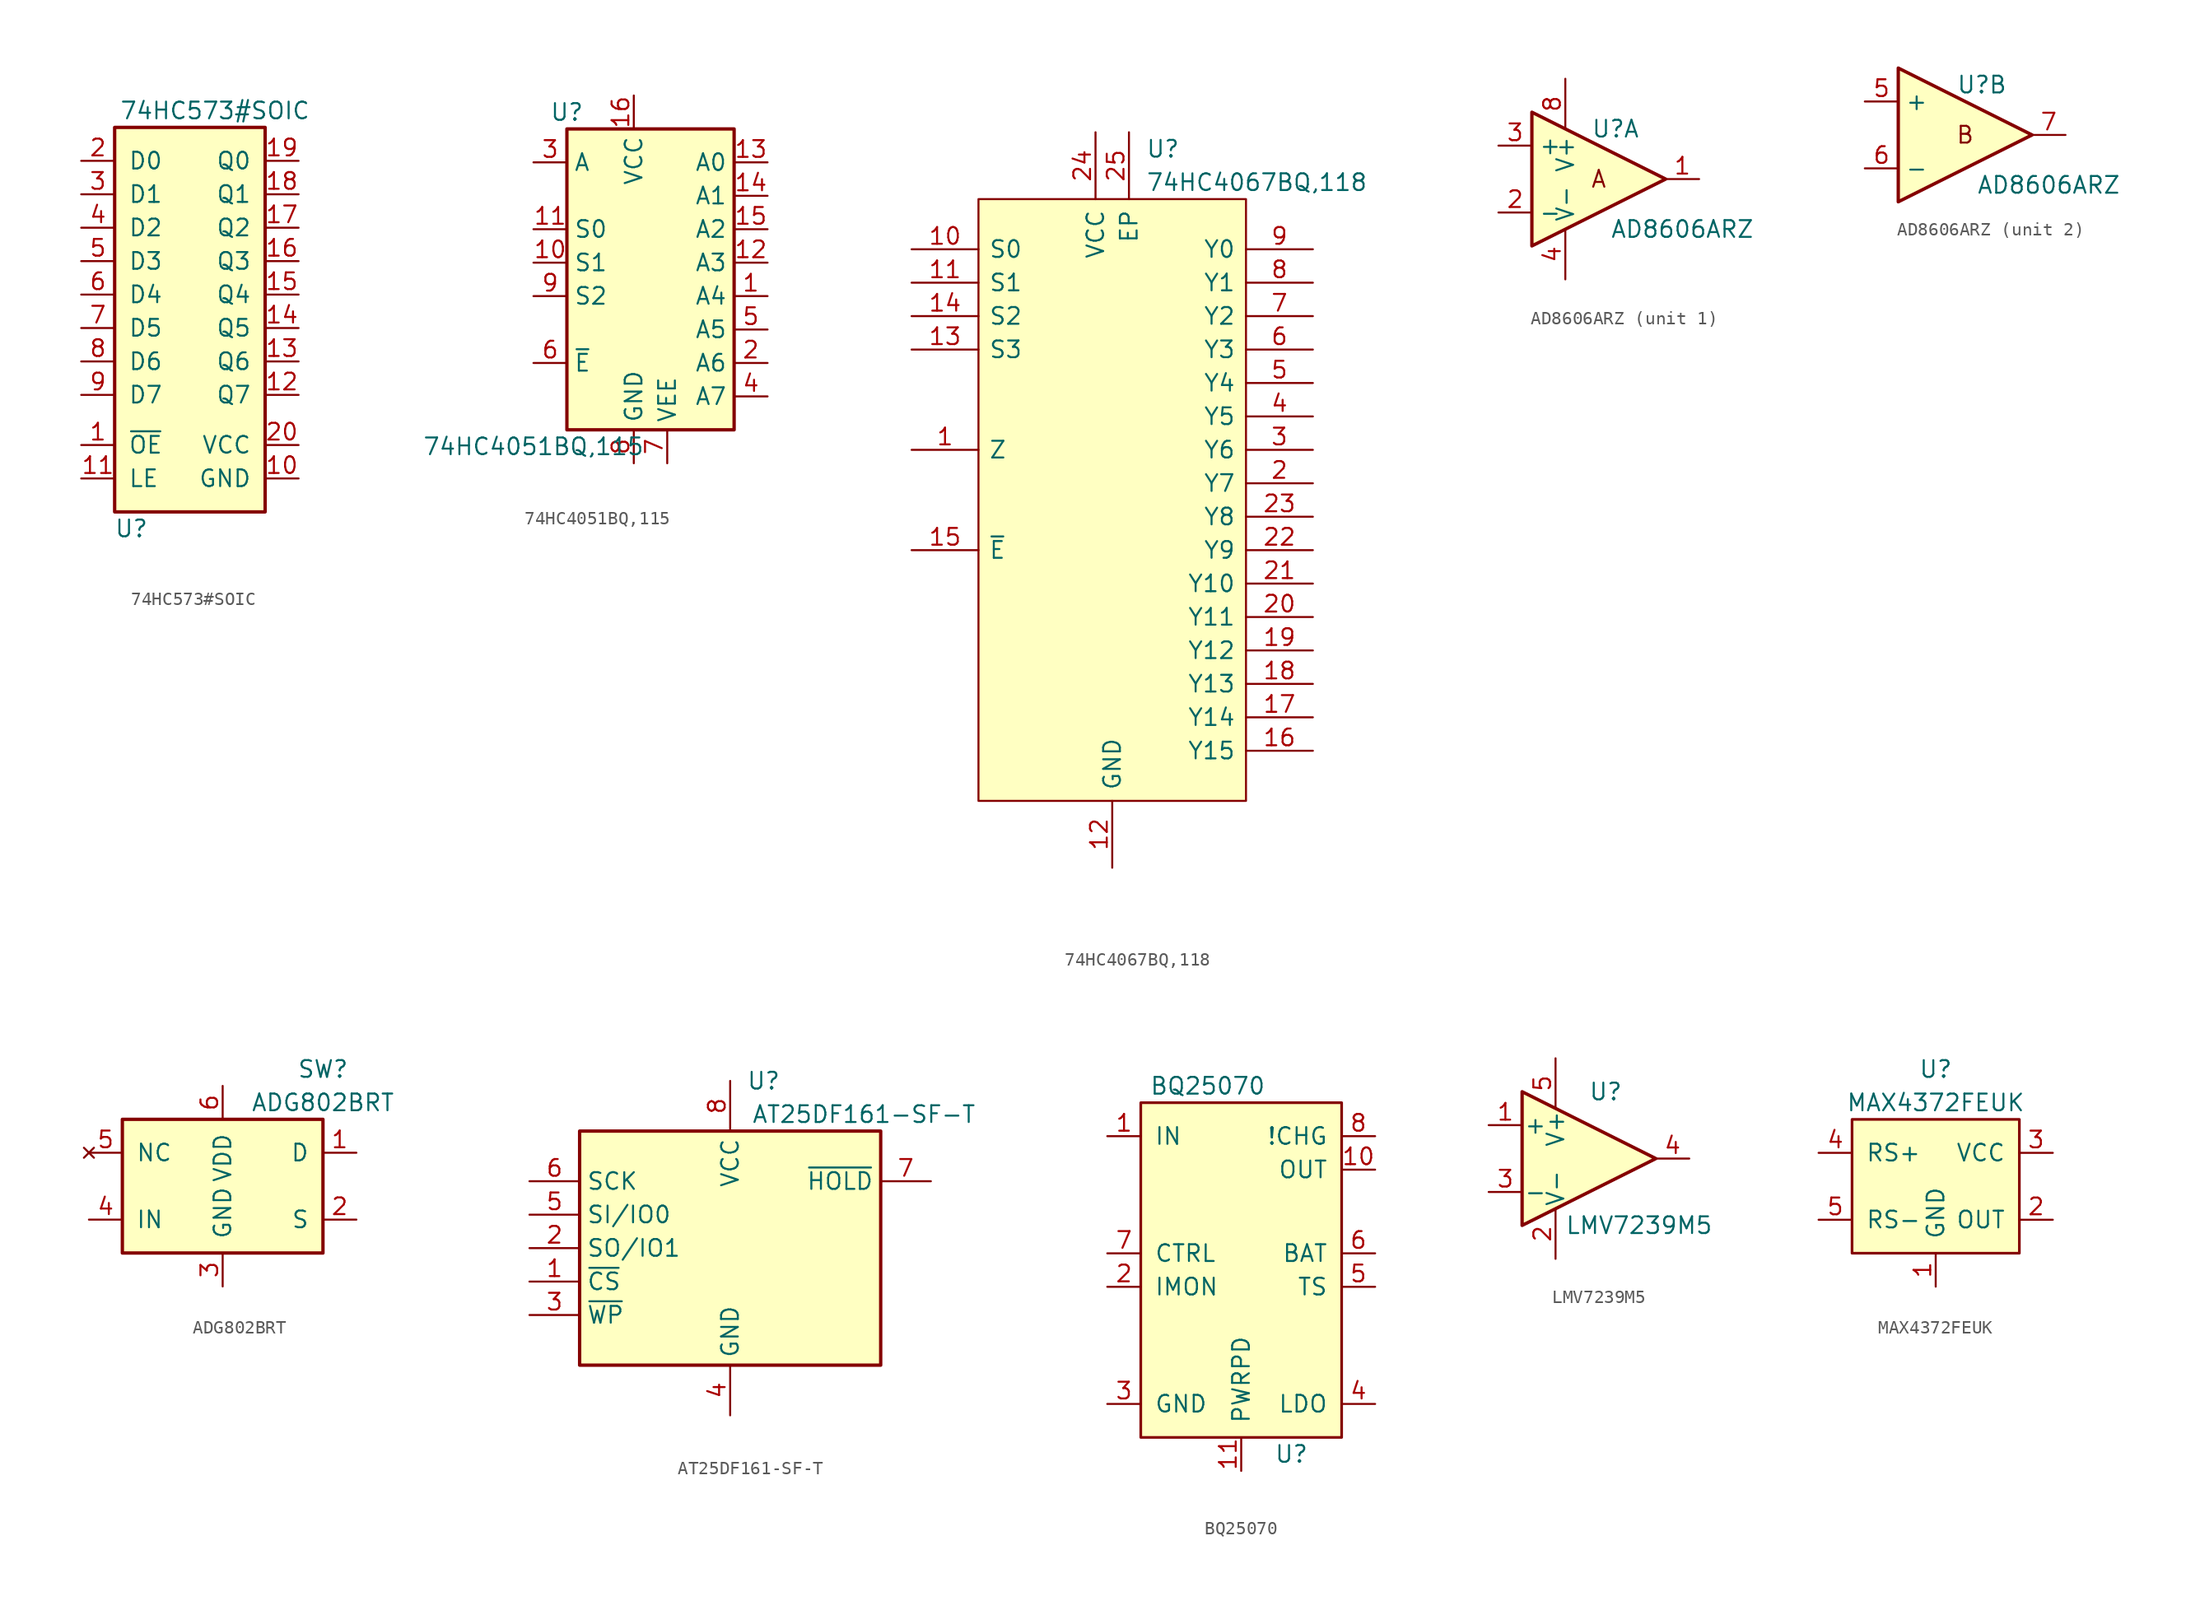
<source format=kicad_sym>
(kicad_symbol_lib
  (version 20211014)
  (generator kicad_symbol_editor)
  (symbol "74HC573#SOIC"
    (pin_names
      (offset 1.016))
    (property "Reference" "U"
      (at 1.27 -1.27 0)
      (effects (font (size 1.27 1.27))))
    (property "Value" "74HC573#SOIC"
      (at 7.62 30.48 0)
      (effects (font (size 1.27 1.27))))
    (symbol "74HC573#SOIC_0_1"
      (rectangle (start 0 0) (end 11.43 29.21) (stroke (width 0.254) (type default) (color 0 0 0 0)) (fill (type background))))
    (symbol "74HC573#SOIC_1_1"
      (pin input line (at -2.54 5.08 0) (length 2.54) (name "~{OE}" (effects (font (size 1.27 1.27)))) (number "1" (effects (font (size 1.27 1.27)))))
      (pin power_out line (at 13.97 2.54 180) (length 2.54) (name "GND" (effects (font (size 1.27 1.27)))) (number "10" (effects (font (size 1.27 1.27)))))
      (pin input line (at -2.54 2.54 0) (length 2.54) (name "LE" (effects (font (size 1.27 1.27)))) (number "11" (effects (font (size 1.27 1.27)))))
      (pin input line (at 13.97 8.89 180) (length 2.54) (name "Q7" (effects (font (size 1.27 1.27)))) (number "12" (effects (font (size 1.27 1.27)))))
      (pin input line (at 13.97 11.43 180) (length 2.54) (name "Q6" (effects (font (size 1.27 1.27)))) (number "13" (effects (font (size 1.27 1.27)))))
      (pin input line (at 13.97 13.97 180) (length 2.54) (name "Q5" (effects (font (size 1.27 1.27)))) (number "14" (effects (font (size 1.27 1.27)))))
      (pin input line (at 13.97 16.51 180) (length 2.54) (name "Q4" (effects (font (size 1.27 1.27)))) (number "15" (effects (font (size 1.27 1.27)))))
      (pin input line (at 13.97 19.05 180) (length 2.54) (name "Q3" (effects (font (size 1.27 1.27)))) (number "16" (effects (font (size 1.27 1.27)))))
      (pin input line (at 13.97 21.59 180) (length 2.54) (name "Q2" (effects (font (size 1.27 1.27)))) (number "17" (effects (font (size 1.27 1.27)))))
      (pin input line (at 13.97 24.13 180) (length 2.54) (name "Q1" (effects (font (size 1.27 1.27)))) (number "18" (effects (font (size 1.27 1.27)))))
      (pin input line (at 13.97 26.67 180) (length 2.54) (name "Q0" (effects (font (size 1.27 1.27)))) (number "19" (effects (font (size 1.27 1.27)))))
      (pin input line (at -2.54 26.67 0) (length 2.54) (name "D0" (effects (font (size 1.27 1.27)))) (number "2" (effects (font (size 1.27 1.27)))))
      (pin power_in line (at 13.97 5.08 180) (length 2.54) (name "VCC" (effects (font (size 1.27 1.27)))) (number "20" (effects (font (size 1.27 1.27)))))
      (pin input line (at -2.54 24.13 0) (length 2.54) (name "D1" (effects (font (size 1.27 1.27)))) (number "3" (effects (font (size 1.27 1.27)))))
      (pin input line (at -2.54 21.59 0) (length 2.54) (name "D2" (effects (font (size 1.27 1.27)))) (number "4" (effects (font (size 1.27 1.27)))))
      (pin input line (at -2.54 19.05 0) (length 2.54) (name "D3" (effects (font (size 1.27 1.27)))) (number "5" (effects (font (size 1.27 1.27)))))
      (pin input line (at -2.54 16.51 0) (length 2.54) (name "D4" (effects (font (size 1.27 1.27)))) (number "6" (effects (font (size 1.27 1.27)))))
      (pin input line (at -2.54 13.97 0) (length 2.54) (name "D5" (effects (font (size 1.27 1.27)))) (number "7" (effects (font (size 1.27 1.27)))))
      (pin input line (at -2.54 11.43 0) (length 2.54) (name "D6" (effects (font (size 1.27 1.27)))) (number "8" (effects (font (size 1.27 1.27)))))
      (pin input line (at -2.54 8.89 0) (length 2.54) (name "D7" (effects (font (size 1.27 1.27)))) (number "9" (effects (font (size 1.27 1.27)))))))
  (symbol "74HC4051BQ,115"
    (property "Reference" "U"
      (at -5.08 11.43 0)
      (effects (font (size 1.27 1.27))))
    (property "Value" "74HC4051BQ,115"
      (at -7.62 -13.97 0)
      (effects (font (size 1.27 1.27))))
    (symbol "74HC4051BQ,115_0_1"
      (rectangle (start -5.08 10.16) (end 7.62 -12.7) (stroke (width 0.254) (type default) (color 0 0 0 0)) (fill (type background))))
    (symbol "74HC4051BQ,115_1_1"
      (pin passive line (at 10.16 -2.54 180) (length 2.54) (name "A4" (effects (font (size 1.27 1.27)))) (number "1" (effects (font (size 1.27 1.27)))))
      (pin input line (at -7.62 0 0) (length 2.54) (name "S1" (effects (font (size 1.27 1.27)))) (number "10" (effects (font (size 1.27 1.27)))))
      (pin input line (at -7.62 2.54 0) (length 2.54) (name "S0" (effects (font (size 1.27 1.27)))) (number "11" (effects (font (size 1.27 1.27)))))
      (pin passive line (at 10.16 0 180) (length 2.54) (name "A3" (effects (font (size 1.27 1.27)))) (number "12" (effects (font (size 1.27 1.27)))))
      (pin passive line (at 10.16 7.62 180) (length 2.54) (name "A0" (effects (font (size 1.27 1.27)))) (number "13" (effects (font (size 1.27 1.27)))))
      (pin passive line (at 10.16 5.08 180) (length 2.54) (name "A1" (effects (font (size 1.27 1.27)))) (number "14" (effects (font (size 1.27 1.27)))))
      (pin passive line (at 10.16 2.54 180) (length 2.54) (name "A2" (effects (font (size 1.27 1.27)))) (number "15" (effects (font (size 1.27 1.27)))))
      (pin power_in line (at 0 12.7 270) (length 2.54) (name "VCC" (effects (font (size 1.27 1.27)))) (number "16" (effects (font (size 1.27 1.27)))))
      (pin passive line (at 10.16 -7.62 180) (length 2.54) (name "A6" (effects (font (size 1.27 1.27)))) (number "2" (effects (font (size 1.27 1.27)))))
      (pin passive line (at -7.62 7.62 0) (length 2.54) (name "A" (effects (font (size 1.27 1.27)))) (number "3" (effects (font (size 1.27 1.27)))))
      (pin passive line (at 10.16 -10.16 180) (length 2.54) (name "A7" (effects (font (size 1.27 1.27)))) (number "4" (effects (font (size 1.27 1.27)))))
      (pin passive line (at 10.16 -5.08 180) (length 2.54) (name "A5" (effects (font (size 1.27 1.27)))) (number "5" (effects (font (size 1.27 1.27)))))
      (pin input line (at -7.62 -7.62 0) (length 2.54) (name "~{E}" (effects (font (size 1.27 1.27)))) (number "6" (effects (font (size 1.27 1.27)))))
      (pin power_in line (at 2.54 -15.24 90) (length 2.54) (name "VEE" (effects (font (size 1.27 1.27)))) (number "7" (effects (font (size 1.27 1.27)))))
      (pin power_in line (at 0 -15.24 90) (length 2.54) (name "GND" (effects (font (size 1.27 1.27)))) (number "8" (effects (font (size 1.27 1.27)))))
      (pin input line (at -7.62 -2.54 0) (length 2.54) (name "S2" (effects (font (size 1.27 1.27)))) (number "9" (effects (font (size 1.27 1.27)))))))
  (symbol "74HC4067BQ,118"
    (pin_names
      (offset 0.762))
    (property "Reference" "U"
      (at 2.54 25.4 0)
      (effects (font (size 1.27 1.27)) (justify left)))
    (property "Value" "74HC4067BQ,118"
      (at 2.54 22.86 0)
      (effects (font (size 1.27 1.27)) (justify left)))
    (symbol "74HC4067BQ,118_0_0"
      (pin passive line (at -15.24 2.54 0) (length 5.08) (name "Z" (effects (font (size 1.27 1.27)))) (number "1" (effects (font (size 1.27 1.27)))))
      (pin passive line (at -15.24 17.78 0) (length 5.08) (name "S0" (effects (font (size 1.27 1.27)))) (number "10" (effects (font (size 1.27 1.27)))))
      (pin passive line (at -15.24 15.24 0) (length 5.08) (name "S1" (effects (font (size 1.27 1.27)))) (number "11" (effects (font (size 1.27 1.27)))))
      (pin passive line (at 0 -29.21 90) (length 5.08) (name "GND" (effects (font (size 1.27 1.27)))) (number "12" (effects (font (size 1.27 1.27)))))
      (pin passive line (at -15.24 10.16 0) (length 5.08) (name "S3" (effects (font (size 1.27 1.27)))) (number "13" (effects (font (size 1.27 1.27)))))
      (pin passive line (at -15.24 12.7 0) (length 5.08) (name "S2" (effects (font (size 1.27 1.27)))) (number "14" (effects (font (size 1.27 1.27)))))
      (pin passive line (at -15.24 -5.08 0) (length 5.08) (name "~{E}" (effects (font (size 1.27 1.27)))) (number "15" (effects (font (size 1.27 1.27)))))
      (pin passive line (at 15.24 -20.32 180) (length 5.08) (name "Y15" (effects (font (size 1.27 1.27)))) (number "16" (effects (font (size 1.27 1.27)))))
      (pin passive line (at 15.24 -17.78 180) (length 5.08) (name "Y14" (effects (font (size 1.27 1.27)))) (number "17" (effects (font (size 1.27 1.27)))))
      (pin passive line (at 15.24 -15.24 180) (length 5.08) (name "Y13" (effects (font (size 1.27 1.27)))) (number "18" (effects (font (size 1.27 1.27)))))
      (pin passive line (at 15.24 -12.7 180) (length 5.08) (name "Y12" (effects (font (size 1.27 1.27)))) (number "19" (effects (font (size 1.27 1.27)))))
      (pin passive line (at 15.24 0 180) (length 5.08) (name "Y7" (effects (font (size 1.27 1.27)))) (number "2" (effects (font (size 1.27 1.27)))))
      (pin passive line (at 15.24 -10.16 180) (length 5.08) (name "Y11" (effects (font (size 1.27 1.27)))) (number "20" (effects (font (size 1.27 1.27)))))
      (pin passive line (at 15.24 -7.62 180) (length 5.08) (name "Y10" (effects (font (size 1.27 1.27)))) (number "21" (effects (font (size 1.27 1.27)))))
      (pin passive line (at 15.24 -5.08 180) (length 5.08) (name "Y9" (effects (font (size 1.27 1.27)))) (number "22" (effects (font (size 1.27 1.27)))))
      (pin passive line (at 15.24 -2.54 180) (length 5.08) (name "Y8" (effects (font (size 1.27 1.27)))) (number "23" (effects (font (size 1.27 1.27)))))
      (pin passive line (at -1.27 26.67 270) (length 5.08) (name "VCC" (effects (font (size 1.27 1.27)))) (number "24" (effects (font (size 1.27 1.27)))))
      (pin passive line (at 1.27 26.67 270) (length 5.08) (name "EP" (effects (font (size 1.27 1.27)))) (number "25" (effects (font (size 1.27 1.27)))))
      (pin passive line (at 15.24 2.54 180) (length 5.08) (name "Y6" (effects (font (size 1.27 1.27)))) (number "3" (effects (font (size 1.27 1.27)))))
      (pin passive line (at 15.24 5.08 180) (length 5.08) (name "Y5" (effects (font (size 1.27 1.27)))) (number "4" (effects (font (size 1.27 1.27)))))
      (pin passive line (at 15.24 7.62 180) (length 5.08) (name "Y4" (effects (font (size 1.27 1.27)))) (number "5" (effects (font (size 1.27 1.27)))))
      (pin passive line (at 15.24 10.16 180) (length 5.08) (name "Y3" (effects (font (size 1.27 1.27)))) (number "6" (effects (font (size 1.27 1.27)))))
      (pin passive line (at 15.24 12.7 180) (length 5.08) (name "Y2" (effects (font (size 1.27 1.27)))) (number "7" (effects (font (size 1.27 1.27)))))
      (pin passive line (at 15.24 15.24 180) (length 5.08) (name "Y1" (effects (font (size 1.27 1.27)))) (number "8" (effects (font (size 1.27 1.27)))))
      (pin passive line (at 15.24 17.78 180) (length 5.08) (name "Y0" (effects (font (size 1.27 1.27)))) (number "9" (effects (font (size 1.27 1.27))))))
    (symbol "74HC4067BQ,118_0_1"
      (polyline (pts (xy -10.16 -24.13) (xy -10.16 21.59) (xy 10.16 21.59) (xy 10.16 -24.13) (xy -10.16 -24.13)) (stroke (width 0.152) (type default) (color 0 0 0 0)) (fill (type background)))))
  (symbol "AD8606ARZ"
    (property "Reference" "U"
      (at 1.27 2.54 0)
      (effects (font (size 1.27 1.27))))
    (property "Value" "AD8606ARZ"
      (at 6.35 -5.08 0)
      (effects (font (size 1.27 1.27))))
    (symbol "AD8606ARZ_0_1"
      (polyline (pts (xy -5.08 3.81) (xy 5.08 -1.27) (xy -5.08 -6.35) (xy -5.08 3.81)) (stroke (width 0.254) (type default) (color 0 0 0 0)) (fill (type background))))
    (symbol "AD8606ARZ_1_0"
      (text "A" (at 0 -1.27 0) (effects (font (size 1.27 1.27)))))
    (symbol "AD8606ARZ_1_1"
      (pin output line (at 7.62 -1.27 180) (length 2.54) (name "~" (effects (font (size 1.27 1.27)))) (number "1" (effects (font (size 1.27 1.27)))))
      (pin input line (at -7.62 -3.81 0) (length 2.54) (name "-" (effects (font (size 1.27 1.27)))) (number "2" (effects (font (size 1.27 1.27)))))
      (pin input line (at -7.62 1.27 0) (length 2.54) (name "+" (effects (font (size 1.27 1.27)))) (number "3" (effects (font (size 1.27 1.27)))))
      (pin power_in line (at -2.54 -8.89 90) (length 3.81) (name "V-" (effects (font (size 1.27 1.27)))) (number "4" (effects (font (size 1.27 1.27)))))
      (pin power_in line (at -2.54 6.35 270) (length 3.81) (name "V+" (effects (font (size 1.27 1.27)))) (number "8" (effects (font (size 1.27 1.27))))))
    (symbol "AD8606ARZ_2_0"
      (text "B" (at 0 -1.27 0) (effects (font (size 1.27 1.27)))))
    (symbol "AD8606ARZ_2_1"
      (pin input line (at -7.62 1.27 0) (length 2.54) (name "+" (effects (font (size 1.27 1.27)))) (number "5" (effects (font (size 1.27 1.27)))))
      (pin input line (at -7.62 -3.81 0) (length 2.54) (name "-" (effects (font (size 1.27 1.27)))) (number "6" (effects (font (size 1.27 1.27)))))
      (pin output line (at 7.62 -1.27 180) (length 2.54) (name "~" (effects (font (size 1.27 1.27)))) (number "7" (effects (font (size 1.27 1.27)))))))
  (symbol "ADG802BRT"
    (pin_names
      (offset 1.016))
    (property "Reference" "SW"
      (at 7.62 6.35 0)
      (effects (font (size 1.27 1.27))))
    (property "Value" "ADG802BRT"
      (at 7.62 3.81 0)
      (effects (font (size 1.27 1.27))))
    (symbol "ADG802BRT_0_1"
      (rectangle (start -7.62 2.54) (end 7.62 -7.62) (stroke (width 0.254) (type default) (color 0 0 0 0)) (fill (type background))))
    (symbol "ADG802BRT_1_1"
      (pin input line (at 10.16 0 180) (length 2.54) (name "D" (effects (font (size 1.27 1.27)))) (number "1" (effects (font (size 1.27 1.27)))))
      (pin input line (at 10.16 -5.08 180) (length 2.54) (name "S" (effects (font (size 1.27 1.27)))) (number "2" (effects (font (size 1.27 1.27)))))
      (pin power_in line (at 0 -10.16 90) (length 2.54) (name "GND" (effects (font (size 1.27 1.27)))) (number "3" (effects (font (size 1.27 1.27)))))
      (pin input line (at -10.16 -5.08 0) (length 2.54) (name "IN" (effects (font (size 1.27 1.27)))) (number "4" (effects (font (size 1.27 1.27)))))
      (pin no_connect line (at -10.16 0 0) (length 2.54) (name "NC" (effects (font (size 1.27 1.27)))) (number "5" (effects (font (size 1.27 1.27)))))
      (pin power_in line (at 0 5.08 270) (length 2.54) (name "VDD" (effects (font (size 1.27 1.27)))) (number "6" (effects (font (size 1.27 1.27)))))))
  (symbol "AT25DF161-SF-T"
    (property "Reference" "U"
      (at 2.54 12.7 0)
      (effects (font (size 1.27 1.27))))
    (property "Value" "AT25DF161-SF-T"
      (at 10.16 10.16 0)
      (effects (font (size 1.27 1.27))))
    (symbol "AT25DF161-SF-T_1_1"
      (rectangle (start -11.43 8.89) (end 11.43 -8.89) (stroke (width 0.254) (type default) (color 0 0 0 0)) (fill (type background)))
      (pin input line (at -15.24 -2.54 0) (length 3.81) (name "~{CS}" (effects (font (size 1.27 1.27)))) (number "1" (effects (font (size 1.27 1.27)))))
      (pin bidirectional line (at -15.24 0 0) (length 3.81) (name "SO/IO1" (effects (font (size 1.27 1.27)))) (number "2" (effects (font (size 1.27 1.27)))))
      (pin bidirectional line (at -15.24 -5.08 0) (length 3.81) (name "~{WP}" (effects (font (size 1.27 1.27)))) (number "3" (effects (font (size 1.27 1.27)))))
      (pin power_in line (at 0 -12.7 90) (length 3.81) (name "GND" (effects (font (size 1.27 1.27)))) (number "4" (effects (font (size 1.27 1.27)))))
      (pin bidirectional line (at -15.24 2.54 0) (length 3.81) (name "SI/IO0" (effects (font (size 1.27 1.27)))) (number "5" (effects (font (size 1.27 1.27)))))
      (pin input line (at -15.24 5.08 0) (length 3.81) (name "SCK" (effects (font (size 1.27 1.27)))) (number "6" (effects (font (size 1.27 1.27)))))
      (pin bidirectional line (at 15.24 5.08 180) (length 3.81) (name "~{HOLD}" (effects (font (size 1.27 1.27)))) (number "7" (effects (font (size 1.27 1.27)))))
      (pin power_in line (at 0 12.7 270) (length 3.81) (name "VCC" (effects (font (size 1.27 1.27)))) (number "8" (effects (font (size 1.27 1.27)))))))
  (symbol "BQ25070"
    (pin_names
      (offset 1.016))
    (property "Reference" "U"
      (at 11.43 -1.27 0)
      (effects (font (size 1.27 1.27))))
    (property "Value" "BQ25070"
      (at 5.08 26.67 0)
      (effects (font (size 1.27 1.27))))
    (symbol "BQ25070_0_0"
      (pin power_out line (at -2.54 5.08 0) (length 2.54) hide (name "GND" (effects (font (size 1.27 1.27)))) (number "9" (effects (font (size 1.27 1.27))))))
    (symbol "BQ25070_0_1"
      (rectangle (start 0 0) (end 15.24 25.4) (stroke (width 0.203) (type default) (color 0 0 0 0)) (fill (type background))))
    (symbol "BQ25070_1_1"
      (pin power_in line (at -2.54 22.86 0) (length 2.54) (name "IN" (effects (font (size 1.27 1.27)))) (number "1" (effects (font (size 1.27 1.27)))))
      (pin output line (at 17.78 20.32 180) (length 2.54) (name "OUT" (effects (font (size 1.27 1.27)))) (number "10" (effects (font (size 1.27 1.27)))))
      (pin input line (at 7.62 -2.54 90) (length 2.54) (name "PWRPD" (effects (font (size 1.27 1.27)))) (number "11" (effects (font (size 1.27 1.27)))))
      (pin input line (at -2.54 11.43 0) (length 2.54) (name "IMON" (effects (font (size 1.27 1.27)))) (number "2" (effects (font (size 1.27 1.27)))))
      (pin power_out line (at -2.54 2.54 0) (length 2.54) (name "GND" (effects (font (size 1.27 1.27)))) (number "3" (effects (font (size 1.27 1.27)))))
      (pin input line (at 17.78 2.54 180) (length 2.54) (name "LDO" (effects (font (size 1.27 1.27)))) (number "4" (effects (font (size 1.27 1.27)))))
      (pin input line (at 17.78 11.43 180) (length 2.54) (name "TS" (effects (font (size 1.27 1.27)))) (number "5" (effects (font (size 1.27 1.27)))))
      (pin output line (at 17.78 13.97 180) (length 2.54) (name "BAT" (effects (font (size 1.27 1.27)))) (number "6" (effects (font (size 1.27 1.27)))))
      (pin input line (at -2.54 13.97 0) (length 2.54) (name "CTRL" (effects (font (size 1.27 1.27)))) (number "7" (effects (font (size 1.27 1.27)))))
      (pin input line (at 17.78 22.86 180) (length 2.54) (name "!CHG" (effects (font (size 1.27 1.27)))) (number "8" (effects (font (size 1.27 1.27)))))))
  (symbol "LMV7239M5"
    (pin_names
      (offset 0.127))
    (property "Reference" "U"
      (at 1.27 5.08 0)
      (effects (font (size 1.27 1.27))))
    (property "Value" "LMV7239M5"
      (at 3.81 -5.08 0)
      (effects (font (size 1.27 1.27))))
    (symbol "LMV7239M5_0_1"
      (polyline (pts (xy -5.08 5.08) (xy 5.08 0) (xy -5.08 -5.08) (xy -5.08 5.08)) (stroke (width 0.254) (type default) (color 0 0 0 0)) (fill (type background))))
    (symbol "LMV7239M5_1_1"
      (pin input line (at -7.62 2.54 0) (length 2.54) (name "+" (effects (font (size 1.27 1.27)))) (number "1" (effects (font (size 1.27 1.27)))))
      (pin power_in line (at -2.54 -7.62 90) (length 3.81) (name "V-" (effects (font (size 1.27 1.27)))) (number "2" (effects (font (size 1.27 1.27)))))
      (pin input line (at -7.62 -2.54 0) (length 2.54) (name "-" (effects (font (size 1.27 1.27)))) (number "3" (effects (font (size 1.27 1.27)))))
      (pin output line (at 7.62 0 180) (length 2.54) (name "~" (effects (font (size 1.27 1.27)))) (number "4" (effects (font (size 1.27 1.27)))))
      (pin power_in line (at -2.54 7.62 270) (length 3.81) (name "V+" (effects (font (size 1.27 1.27)))) (number "5" (effects (font (size 1.27 1.27)))))))
  (symbol "MAX4372FEUK"
    (pin_names
      (offset 1.016))
    (property "Reference" "U"
      (at 0 7.62 0)
      (effects (font (size 1.27 1.27))))
    (property "Value" "MAX4372FEUK"
      (at 0 5.08 0)
      (effects (font (size 1.27 1.27))))
    (symbol "MAX4372FEUK_0_1"
      (rectangle (start -6.35 3.81) (end 6.35 -6.35) (stroke (width 0.203) (type default) (color 0 0 0 0)) (fill (type background))))
    (symbol "MAX4372FEUK_1_1"
      (pin power_in line (at 0 -8.89 90) (length 2.54) (name "GND" (effects (font (size 1.27 1.27)))) (number "1" (effects (font (size 1.27 1.27)))))
      (pin output line (at 8.89 -3.81 180) (length 2.54) (name "OUT" (effects (font (size 1.27 1.27)))) (number "2" (effects (font (size 1.27 1.27)))))
      (pin power_in line (at 8.89 1.27 180) (length 2.54) (name "VCC" (effects (font (size 1.27 1.27)))) (number "3" (effects (font (size 1.27 1.27)))))
      (pin input line (at -8.89 1.27 0) (length 2.54) (name "RS+" (effects (font (size 1.27 1.27)))) (number "4" (effects (font (size 1.27 1.27)))))
      (pin output line (at -8.89 -3.81 0) (length 2.54) (name "RS-" (effects (font (size 1.27 1.27)))) (number "5" (effects (font (size 1.27 1.27))))))))
</source>
